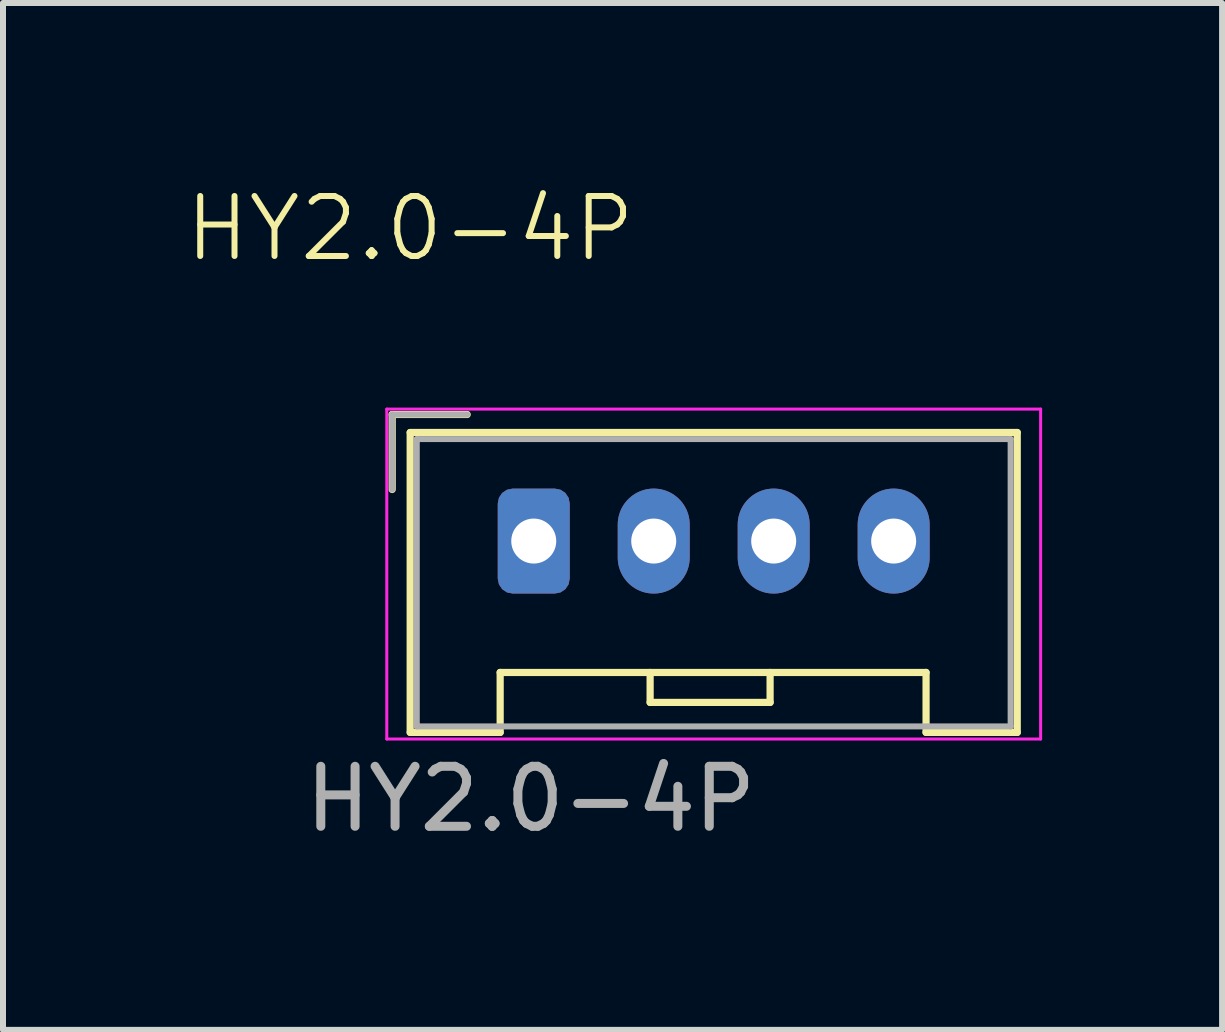
<source format=kicad_pcb>
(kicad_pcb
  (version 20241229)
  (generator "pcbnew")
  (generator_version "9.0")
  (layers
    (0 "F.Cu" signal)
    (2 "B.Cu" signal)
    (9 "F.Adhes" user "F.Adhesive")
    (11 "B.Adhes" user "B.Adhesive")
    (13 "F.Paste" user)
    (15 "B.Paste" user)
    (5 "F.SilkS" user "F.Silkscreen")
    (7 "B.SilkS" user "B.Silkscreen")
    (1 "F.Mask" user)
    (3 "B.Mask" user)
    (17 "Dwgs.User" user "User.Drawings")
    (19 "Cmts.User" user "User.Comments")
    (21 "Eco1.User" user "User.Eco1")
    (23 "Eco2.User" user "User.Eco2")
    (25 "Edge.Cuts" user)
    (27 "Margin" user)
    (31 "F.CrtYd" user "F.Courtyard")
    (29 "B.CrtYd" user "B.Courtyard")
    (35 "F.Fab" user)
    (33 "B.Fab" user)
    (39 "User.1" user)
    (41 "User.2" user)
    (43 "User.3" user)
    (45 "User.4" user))
  (footprint "HY2.0-4P"
    (layer "F.Cu")
    (at 3.788 4.16)
    (property "Reference" "HY2.0-4P" (at 0 -3.4 0) (unlocked yes) (layer "F.SilkS") (effects (font (size 1 1) (thickness 0.1))))
    (attr through_hole)
    (fp_line (start -0.3 -0.3) (end -0.3 0.95) (stroke (width 0.12) (type solid)) (layer "F.SilkS"))
    (fp_line (start 0 0) (end 0 5) (stroke (width 0.12) (type solid)) (layer "F.SilkS"))
    (fp_line (start 0 5) (end 1.5 5) (stroke (width 0.12) (type solid)) (layer "F.SilkS"))
    (fp_line (start 0.95 -0.3) (end -0.3 -0.3) (stroke (width 0.12) (type solid)) (layer "F.SilkS"))
    (fp_line (start 1.5 4) (end 1.5 5) (stroke (width 0.12) (type default)) (layer "F.SilkS"))
    (fp_line (start 1.5 4) (end 8.6 4) (stroke (width 0.12) (type default)) (layer "F.SilkS"))
    (fp_line (start 4 4) (end 4 4.5) (stroke (width 0.12) (type default)) (layer "F.SilkS"))
    (fp_line (start 4 4.5) (end 6 4.5) (stroke (width 0.12) (type default)) (layer "F.SilkS"))
    (fp_line (start 6 4.5) (end 6 4) (stroke (width 0.12) (type default)) (layer "F.SilkS"))
    (fp_line (start 8.6 4) (end 8.6 5) (stroke (width 0.12) (type default)) (layer "F.SilkS"))
    (fp_line (start 8.6 5) (end 10.12 5) (stroke (width 0.12) (type solid)) (layer "F.SilkS"))
    (fp_line (start 10.12 0) (end 0 0) (stroke (width 0.12) (type solid)) (layer "F.SilkS"))
    (fp_line (start 10.12 5) (end 10.12 0) (stroke (width 0.12) (type solid)) (layer "F.SilkS"))
    (fp_line (start -0.39 -0.39) (end -0.39 5.11) (stroke (width 0.05) (type solid)) (layer "F.CrtYd"))
    (fp_line (start -0.39 5.11) (end 10.51 5.11) (stroke (width 0.05) (type solid)) (layer "F.CrtYd"))
    (fp_line (start 10.51 -0.39) (end -0.39 -0.39) (stroke (width 0.05) (type solid)) (layer "F.CrtYd"))
    (fp_line (start 10.51 5.11) (end 10.51 -0.39) (stroke (width 0.05) (type solid)) (layer "F.CrtYd"))
    (fp_line (start -0.3 -0.3) (end -0.3 0.95) (stroke (width 0.1) (type solid)) (layer "F.Fab"))
    (fp_line (start 0.11 0.11) (end 0.11 4.9) (stroke (width 0.1) (type solid)) (layer "F.Fab"))
    (fp_line (start 0.11 4.9) (end 10.01 4.9) (stroke (width 0.1) (type solid)) (layer "F.Fab"))
    (fp_line (start 0.95 -0.3) (end -0.3 -0.3) (stroke (width 0.1) (type solid)) (layer "F.Fab"))
    (fp_line (start 10.01 0.11) (end 0.11 0.11) (stroke (width 0.1) (type solid)) (layer "F.Fab"))
    (fp_line (start 10.01 4.9) (end 10.01 0.11) (stroke (width 0.1) (type solid)) (layer "F.Fab"))
    (fp_text user "${REFERENCE}" (at 2.01 6.11 0) (unlocked yes) (layer "F.Fab") (effects (font (size 1 1) (thickness 0.15))))
    (pad "1" thru_hole roundrect (at 2.06 1.81) (size 1.2 1.75) (drill 0.75) (layers "*.Cu" "*.Mask") (roundrect_rratio 0.208))
    (pad "2" thru_hole oval (at 4.06 1.81) (size 1.2 1.75) (drill 0.75) (layers "*.Cu" "*.Mask"))
    (pad "3" thru_hole oval (at 6.06 1.81) (size 1.2 1.75) (drill 0.75) (layers "*.Cu" "*.Mask"))
    (pad "4" thru_hole oval (at 8.06 1.81) (size 1.2 1.75) (drill 0.75) (layers "*.Cu" "*.Mask")))
  (gr_rect
    (start -3 -3)
    (end 17.323 14.119)
    (stroke (width 0.1) (type default))
    (fill no)
    (layer "Edge.Cuts")))
</source>
